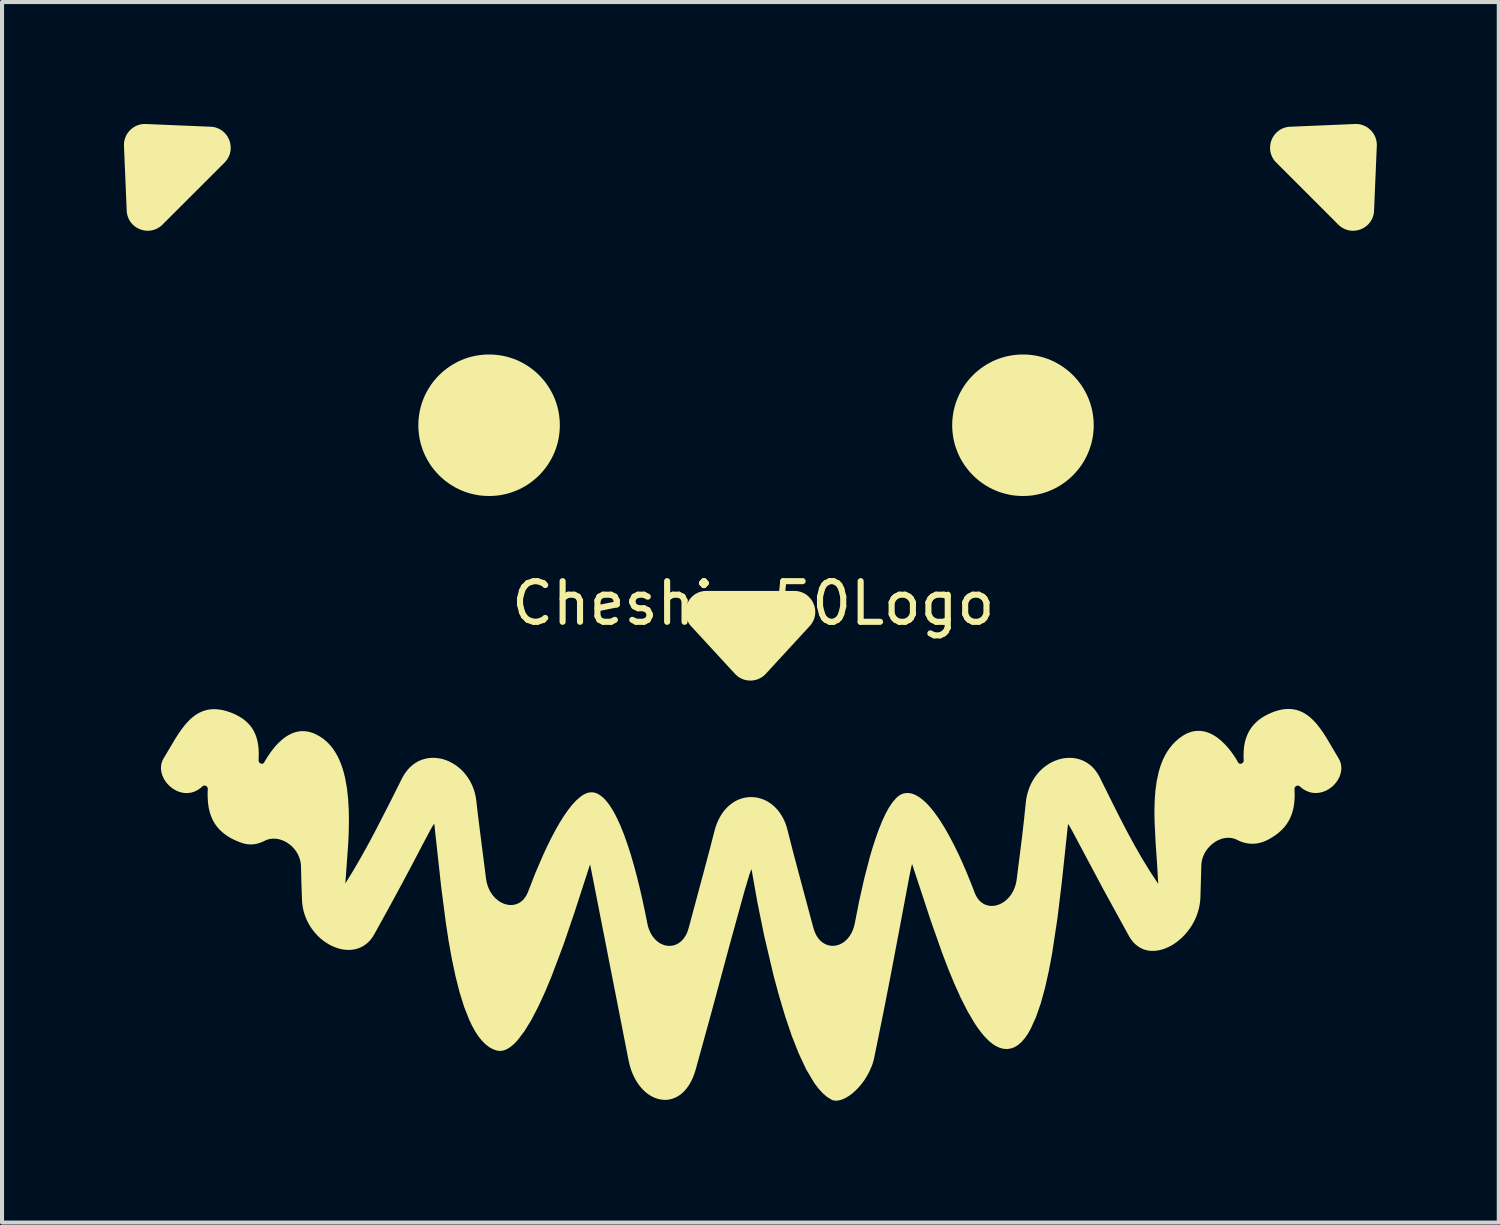
<source format=kicad_pcb>
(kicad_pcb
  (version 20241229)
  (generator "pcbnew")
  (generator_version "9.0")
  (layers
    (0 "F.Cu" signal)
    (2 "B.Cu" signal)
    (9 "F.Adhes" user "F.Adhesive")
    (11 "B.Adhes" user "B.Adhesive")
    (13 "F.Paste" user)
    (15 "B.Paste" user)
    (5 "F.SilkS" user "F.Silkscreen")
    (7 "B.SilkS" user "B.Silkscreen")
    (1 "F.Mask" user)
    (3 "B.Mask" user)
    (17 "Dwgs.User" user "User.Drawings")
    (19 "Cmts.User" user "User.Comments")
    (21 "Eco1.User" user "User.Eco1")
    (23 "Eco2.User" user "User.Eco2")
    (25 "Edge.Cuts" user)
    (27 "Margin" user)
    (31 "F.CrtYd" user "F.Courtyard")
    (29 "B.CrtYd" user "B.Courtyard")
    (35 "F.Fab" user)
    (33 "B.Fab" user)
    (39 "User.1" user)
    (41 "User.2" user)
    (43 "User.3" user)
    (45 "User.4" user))
  (footprint "Cheshire50Logo"
    (layer "F.Cu")
    (at 15.483 12.294)
    (property "Reference" "Cheshire50Logo" (at 0 -0.5 0) (unlocked yes) (layer "F.SilkS") (effects (font (size 1 1) (thickness 0.15))))
    (fp_poly (pts (xy 1.049 -0.803) (xy 1.089 -0.799) (xy 1.128 -0.791) (xy 1.166 -0.781) (xy 1.201 -0.769) (xy 1.236 -0.753) (xy 1.269 -0.736) (xy 1.3 -0.716) (xy 1.329 -0.694) (xy 1.357 -0.671) (xy 1.382 -0.645) (xy 1.406 -0.618) (xy 1.428 -0.59) (xy 1.448 -0.56) (xy 1.466 -0.529) (xy 1.481 -0.496) (xy 1.494 -0.463) (xy 1.506 -0.429) (xy 1.514 -0.394) (xy 1.521 -0.359) (xy 1.525 -0.323) (xy 1.526 -0.287) (xy 1.525 -0.25) (xy 1.521 -0.214) (xy 1.514 -0.178) (xy 1.505 -0.142) (xy 1.493 -0.106) (xy 1.478 -0.071) (xy 1.46 -0.037) (xy 1.439 -0.003) (xy 1.416 0.03) (xy 1.388 0.061) (xy 0.309 1.234) (xy 0.289 1.254) (xy 0.269 1.273) (xy 0.248 1.291) (xy 0.226 1.307) (xy 0.203 1.322) (xy 0.18 1.336) (xy 0.157 1.348) (xy 0.133 1.359) (xy 0.108 1.369) (xy 0.083 1.377) (xy 0.058 1.385) (xy 0.032 1.39) (xy 0.007 1.395) (xy -0.019 1.398) (xy -0.045 1.4) (xy -0.071 1.401) (xy -0.097 1.4) (xy -0.123 1.398) (xy -0.149 1.395) (xy -0.175 1.39) (xy -0.2 1.385) (xy -0.225 1.377) (xy -0.25 1.369) (xy -0.275 1.359) (xy -0.299 1.348) (xy -0.323 1.336) (xy -0.346 1.322) (xy -0.368 1.307) (xy -0.39 1.291) (xy -0.411 1.273) (xy -0.432 1.254) (xy -0.451 1.234) (xy -1.531 0.061) (xy -1.558 0.03) (xy -1.581 -0.003) (xy -1.602 -0.037) (xy -1.62 -0.071) (xy -1.635 -0.106) (xy -1.647 -0.142) (xy -1.656 -0.178) (xy -1.662 -0.214) (xy -1.666 -0.25) (xy -1.667 -0.287) (xy -1.666 -0.323) (xy -1.662 -0.359) (xy -1.656 -0.394) (xy -1.647 -0.429) (xy -1.636 -0.463) (xy -1.623 -0.496) (xy -1.607 -0.529) (xy -1.589 -0.56) (xy -1.57 -0.59) (xy -1.548 -0.618) (xy -1.524 -0.645) (xy -1.498 -0.671) (xy -1.471 -0.694) (xy -1.442 -0.716) (xy -1.411 -0.736) (xy -1.378 -0.753) (xy -1.344 -0.769) (xy -1.308 -0.781) (xy -1.27 -0.791) (xy -1.231 -0.799) (xy -1.191 -0.803) (xy -1.15 -0.805) (xy 1.007 -0.805)) (stroke (width 0) (type solid)) (fill yes) (layer "F.SilkS"))
    (fp_poly (pts (xy -14.945 -12.293) (xy -13.352 -12.226) (xy -13.311 -12.223) (xy -13.271 -12.217) (xy -13.232 -12.208) (xy -13.195 -12.196) (xy -13.16 -12.182) (xy -13.126 -12.165) (xy -13.094 -12.146) (xy -13.064 -12.125) (xy -13.036 -12.102) (xy -13.009 -12.077) (xy -12.985 -12.051) (xy -12.962 -12.022) (xy -12.941 -11.993) (xy -12.923 -11.962) (xy -12.907 -11.93) (xy -12.892 -11.897) (xy -12.881 -11.863) (xy -12.871 -11.829) (xy -12.864 -11.793) (xy -12.859 -11.758) (xy -12.857 -11.722) (xy -12.857 -11.686) (xy -12.859 -11.649) (xy -12.865 -11.613) (xy -12.873 -11.578) (xy -12.883 -11.542) (xy -12.897 -11.507) (xy -12.913 -11.473) (xy -12.933 -11.439) (xy -12.955 -11.406) (xy -12.98 -11.375) (xy -13.008 -11.344) (xy -13.77 -10.582) (xy -13.772 -10.581) (xy -14.534 -9.819) (xy -14.564 -9.79) (xy -14.596 -9.765) (xy -14.629 -9.743) (xy -14.663 -9.724) (xy -14.697 -9.707) (xy -14.732 -9.694) (xy -14.768 -9.683) (xy -14.804 -9.675) (xy -14.84 -9.67) (xy -14.876 -9.667) (xy -14.912 -9.667) (xy -14.948 -9.669) (xy -14.984 -9.674) (xy -15.019 -9.681) (xy -15.053 -9.691) (xy -15.087 -9.703) (xy -15.12 -9.717) (xy -15.152 -9.733) (xy -15.183 -9.752) (xy -15.212 -9.772) (xy -15.24 -9.795) (xy -15.267 -9.819) (xy -15.292 -9.846) (xy -15.315 -9.874) (xy -15.336 -9.905) (xy -15.355 -9.937) (xy -15.371 -9.97) (xy -15.385 -10.006) (xy -15.397 -10.043) (xy -15.406 -10.081) (xy -15.413 -10.121) (xy -15.416 -10.163) (xy -15.483 -11.755) (xy -15.483 -11.783) (xy -15.482 -11.811) (xy -15.48 -11.839) (xy -15.476 -11.866) (xy -15.47 -11.892) (xy -15.464 -11.918) (xy -15.456 -11.944) (xy -15.446 -11.968) (xy -15.436 -11.993) (xy -15.424 -12.016) (xy -15.412 -12.039) (xy -15.398 -12.061) (xy -15.383 -12.083) (xy -15.367 -12.103) (xy -15.35 -12.123) (xy -15.332 -12.142) (xy -15.313 -12.16) (xy -15.293 -12.177) (xy -15.272 -12.193) (xy -15.251 -12.208) (xy -15.229 -12.222) (xy -15.206 -12.235) (xy -15.182 -12.246) (xy -15.158 -12.257) (xy -15.133 -12.266) (xy -15.108 -12.274) (xy -15.082 -12.281) (xy -15.055 -12.286) (xy -15.028 -12.29) (xy -15.001 -12.293) (xy -14.973 -12.294)) (stroke (width 0) (type solid)) (fill yes) (layer "F.SilkS"))
    (fp_poly (pts (xy 14.86 -12.293) (xy 14.888 -12.29) (xy 14.915 -12.286) (xy 14.941 -12.281) (xy 14.967 -12.274) (xy 14.993 -12.266) (xy 15.017 -12.257) (xy 15.042 -12.246) (xy 15.065 -12.235) (xy 15.088 -12.222) (xy 15.11 -12.208) (xy 15.132 -12.193) (xy 15.152 -12.177) (xy 15.172 -12.16) (xy 15.191 -12.142) (xy 15.209 -12.123) (xy 15.226 -12.103) (xy 15.242 -12.083) (xy 15.257 -12.061) (xy 15.271 -12.039) (xy 15.284 -12.016) (xy 15.295 -11.993) (xy 15.306 -11.968) (xy 15.315 -11.944) (xy 15.323 -11.918) (xy 15.33 -11.892) (xy 15.335 -11.866) (xy 15.339 -11.839) (xy 15.342 -11.811) (xy 15.343 -11.783) (xy 15.342 -11.755) (xy 15.275 -10.163) (xy 15.272 -10.121) (xy 15.266 -10.081) (xy 15.257 -10.043) (xy 15.245 -10.006) (xy 15.231 -9.97) (xy 15.214 -9.937) (xy 15.195 -9.905) (xy 15.174 -9.874) (xy 15.151 -9.846) (xy 15.127 -9.819) (xy 15.1 -9.795) (xy 15.072 -9.772) (xy 15.042 -9.752) (xy 15.012 -9.733) (xy 14.98 -9.717) (xy 14.947 -9.703) (xy 14.913 -9.691) (xy 14.878 -9.681) (xy 14.843 -9.674) (xy 14.808 -9.669) (xy 14.772 -9.667) (xy 14.736 -9.667) (xy 14.699 -9.67) (xy 14.663 -9.675) (xy 14.627 -9.683) (xy 14.592 -9.694) (xy 14.557 -9.707) (xy 14.522 -9.724) (xy 14.489 -9.743) (xy 14.456 -9.765) (xy 14.424 -9.79) (xy 14.393 -9.819) (xy 13.631 -10.581) (xy 13.63 -10.582) (xy 12.868 -11.344) (xy 12.839 -11.375) (xy 12.814 -11.406) (xy 12.792 -11.439) (xy 12.773 -11.473) (xy 12.757 -11.507) (xy 12.743 -11.542) (xy 12.732 -11.578) (xy 12.724 -11.613) (xy 12.719 -11.649) (xy 12.716 -11.686) (xy 12.716 -11.722) (xy 12.718 -11.758) (xy 12.723 -11.793) (xy 12.73 -11.829) (xy 12.74 -11.863) (xy 12.752 -11.897) (xy 12.766 -11.93) (xy 12.782 -11.962) (xy 12.801 -11.993) (xy 12.821 -12.022) (xy 12.844 -12.051) (xy 12.869 -12.077) (xy 12.895 -12.102) (xy 12.923 -12.125) (xy 12.954 -12.146) (xy 12.986 -12.165) (xy 13.019 -12.182) (xy 13.055 -12.196) (xy 13.092 -12.208) (xy 13.13 -12.217) (xy 13.17 -12.223) (xy 13.212 -12.226) (xy 14.804 -12.293) (xy 14.833 -12.294)) (stroke (width 0) (type solid)) (fill yes) (layer "F.SilkS"))
    (fp_poly (pts (xy -6.41 -6.62) (xy -6.322 -6.613) (xy -6.234 -6.602) (xy -6.149 -6.587) (xy -6.064 -6.568) (xy -5.982 -6.544) (xy -5.901 -6.517) (xy -5.822 -6.486) (xy -5.745 -6.451) (xy -5.67 -6.412) (xy -5.597 -6.37) (xy -5.526 -6.325) (xy -5.458 -6.276) (xy -5.392 -6.225) (xy -5.329 -6.17) (xy -5.268 -6.112) (xy -5.211 -6.052) (xy -5.156 -5.989) (xy -5.104 -5.923) (xy -5.056 -5.855) (xy -5.011 -5.784) (xy -4.969 -5.711) (xy -4.93 -5.636) (xy -4.895 -5.559) (xy -4.864 -5.48) (xy -4.837 -5.399) (xy -4.813 -5.316) (xy -4.794 -5.232) (xy -4.779 -5.146) (xy -4.768 -5.059) (xy -4.761 -4.971) (xy -4.759 -4.881) (xy -4.761 -4.792) (xy -4.768 -4.703) (xy -4.779 -4.616) (xy -4.794 -4.53) (xy -4.813 -4.446) (xy -4.837 -4.364) (xy -4.864 -4.283) (xy -4.895 -4.204) (xy -4.93 -4.127) (xy -4.969 -4.051) (xy -5.011 -3.979) (xy -5.056 -3.908) (xy -5.104 -3.84) (xy -5.156 -3.774) (xy -5.211 -3.711) (xy -5.268 -3.65) (xy -5.329 -3.593) (xy -5.392 -3.538) (xy -5.458 -3.486) (xy -5.526 -3.438) (xy -5.597 -3.392) (xy -5.67 -3.35) (xy -5.745 -3.312) (xy -5.822 -3.277) (xy -5.901 -3.246) (xy -5.982 -3.219) (xy -6.064 -3.195) (xy -6.149 -3.176) (xy -6.234 -3.16) (xy -6.322 -3.149) (xy -6.41 -3.143) (xy -6.5 -3.14) (xy -6.589 -3.143) (xy -6.678 -3.149) (xy -6.765 -3.16) (xy -6.85 -3.176) (xy -6.935 -3.195) (xy -7.017 -3.219) (xy -7.098 -3.246) (xy -7.177 -3.277) (xy -7.254 -3.312) (xy -7.329 -3.35) (xy -7.402 -3.392) (xy -7.473 -3.438) (xy -7.541 -3.486) (xy -7.607 -3.538) (xy -7.67 -3.593) (xy -7.731 -3.65) (xy -7.788 -3.711) (xy -7.843 -3.774) (xy -7.895 -3.84) (xy -7.943 -3.908) (xy -7.988 -3.979) (xy -8.03 -4.051) (xy -8.069 -4.127) (xy -8.104 -4.204) (xy -8.135 -4.283) (xy -8.162 -4.364) (xy -8.186 -4.446) (xy -8.205 -4.53) (xy -8.22 -4.616) (xy -8.231 -4.703) (xy -8.238 -4.792) (xy -8.24 -4.881) (xy -8.238 -4.971) (xy -8.231 -5.059) (xy -8.22 -5.146) (xy -8.205 -5.232) (xy -8.186 -5.316) (xy -8.162 -5.399) (xy -8.135 -5.48) (xy -8.104 -5.559) (xy -8.069 -5.636) (xy -8.03 -5.711) (xy -7.988 -5.784) (xy -7.943 -5.855) (xy -7.895 -5.923) (xy -7.843 -5.989) (xy -7.788 -6.052) (xy -7.731 -6.112) (xy -7.67 -6.17) (xy -7.607 -6.225) (xy -7.541 -6.276) (xy -7.473 -6.325) (xy -7.402 -6.37) (xy -7.329 -6.412) (xy -7.254 -6.451) (xy -7.177 -6.486) (xy -7.098 -6.517) (xy -7.017 -6.544) (xy -6.935 -6.568) (xy -6.85 -6.587) (xy -6.765 -6.602) (xy -6.678 -6.613) (xy -6.589 -6.62) (xy -6.5 -6.622)) (stroke (width 0) (type solid)) (fill yes) (layer "F.SilkS"))
    (fp_poly (pts (xy 6.726 -6.62) (xy 6.814 -6.613) (xy 6.901 -6.602) (xy 6.987 -6.587) (xy 7.071 -6.568) (xy 7.154 -6.544) (xy 7.235 -6.517) (xy 7.314 -6.486) (xy 7.391 -6.451) (xy 7.466 -6.412) (xy 7.539 -6.37) (xy 7.609 -6.325) (xy 7.678 -6.276) (xy 7.743 -6.225) (xy 7.807 -6.17) (xy 7.867 -6.112) (xy 7.925 -6.052) (xy 7.979 -5.989) (xy 8.031 -5.923) (xy 8.08 -5.855) (xy 8.125 -5.784) (xy 8.167 -5.711) (xy 8.205 -5.636) (xy 8.24 -5.559) (xy 8.271 -5.48) (xy 8.299 -5.399) (xy 8.322 -5.316) (xy 8.342 -5.232) (xy 8.357 -5.146) (xy 8.368 -5.059) (xy 8.375 -4.971) (xy 8.377 -4.881) (xy 8.375 -4.792) (xy 8.368 -4.703) (xy 8.357 -4.616) (xy 8.342 -4.53) (xy 8.322 -4.446) (xy 8.299 -4.364) (xy 8.271 -4.283) (xy 8.24 -4.204) (xy 8.205 -4.127) (xy 8.167 -4.051) (xy 8.125 -3.979) (xy 8.08 -3.908) (xy 8.031 -3.84) (xy 7.979 -3.774) (xy 7.925 -3.711) (xy 7.867 -3.65) (xy 7.807 -3.593) (xy 7.743 -3.538) (xy 7.678 -3.486) (xy 7.609 -3.438) (xy 7.539 -3.392) (xy 7.466 -3.35) (xy 7.391 -3.312) (xy 7.314 -3.277) (xy 7.235 -3.246) (xy 7.154 -3.219) (xy 7.071 -3.195) (xy 6.987 -3.176) (xy 6.901 -3.16) (xy 6.814 -3.149) (xy 6.726 -3.143) (xy 6.636 -3.14) (xy 6.546 -3.143) (xy 6.458 -3.149) (xy 6.371 -3.16) (xy 6.285 -3.176) (xy 6.201 -3.195) (xy 6.118 -3.219) (xy 6.037 -3.246) (xy 5.958 -3.277) (xy 5.881 -3.312) (xy 5.806 -3.35) (xy 5.733 -3.392) (xy 5.663 -3.438) (xy 5.594 -3.486) (xy 5.529 -3.538) (xy 5.465 -3.593) (xy 5.405 -3.65) (xy 5.347 -3.711) (xy 5.293 -3.774) (xy 5.241 -3.84) (xy 5.192 -3.908) (xy 5.147 -3.979) (xy 5.105 -4.051) (xy 5.067 -4.127) (xy 5.032 -4.204) (xy 5.001 -4.283) (xy 4.973 -4.364) (xy 4.95 -4.446) (xy 4.93 -4.53) (xy 4.915 -4.616) (xy 4.904 -4.703) (xy 4.897 -4.792) (xy 4.895 -4.881) (xy 4.897 -4.971) (xy 4.904 -5.059) (xy 4.915 -5.146) (xy 4.93 -5.232) (xy 4.95 -5.316) (xy 4.973 -5.399) (xy 5.001 -5.48) (xy 5.032 -5.559) (xy 5.067 -5.636) (xy 5.105 -5.711) (xy 5.147 -5.784) (xy 5.192 -5.855) (xy 5.241 -5.923) (xy 5.293 -5.989) (xy 5.347 -6.052) (xy 5.405 -6.112) (xy 5.465 -6.17) (xy 5.529 -6.225) (xy 5.594 -6.276) (xy 5.663 -6.325) (xy 5.733 -6.37) (xy 5.806 -6.412) (xy 5.881 -6.451) (xy 5.958 -6.486) (xy 6.037 -6.517) (xy 6.118 -6.544) (xy 6.201 -6.568) (xy 6.285 -6.587) (xy 6.371 -6.602) (xy 6.458 -6.613) (xy 6.546 -6.62) (xy 6.636 -6.622)) (stroke (width 0) (type solid)) (fill yes) (layer "F.SilkS"))
    (fp_poly (pts (xy 13.233 2.101) (xy 13.301 2.11) (xy 13.366 2.124) (xy 13.428 2.144) (xy 13.488 2.168) (xy 13.546 2.197) (xy 13.602 2.231) (xy 13.655 2.269) (xy 13.707 2.31) (xy 13.756 2.356) (xy 13.804 2.404) (xy 13.851 2.455) (xy 13.939 2.565) (xy 14.023 2.683) (xy 14.102 2.807) (xy 14.399 3.309) (xy 14.424 3.355) (xy 14.444 3.403) (xy 14.458 3.451) (xy 14.466 3.5) (xy 14.469 3.548) (xy 14.468 3.597) (xy 14.461 3.645) (xy 14.45 3.693) (xy 14.435 3.739) (xy 14.416 3.785) (xy 14.393 3.829) (xy 14.366 3.872) (xy 14.336 3.913) (xy 14.303 3.952) (xy 14.268 3.988) (xy 14.229 4.022) (xy 14.188 4.052) (xy 14.145 4.08) (xy 14.1 4.105) (xy 14.053 4.125) (xy 14.005 4.142) (xy 13.956 4.155) (xy 13.905 4.163) (xy 13.854 4.167) (xy 13.802 4.166) (xy 13.75 4.16) (xy 13.698 4.149) (xy 13.646 4.131) (xy 13.595 4.108) (xy 13.544 4.079) (xy 13.494 4.044) (xy 13.444 4.002) (xy 13.44 3.998) (xy 13.435 3.995) (xy 13.431 3.992) (xy 13.426 3.99) (xy 13.421 3.988) (xy 13.415 3.987) (xy 13.41 3.986) (xy 13.405 3.985) (xy 13.399 3.985) (xy 13.394 3.985) (xy 13.389 3.986) (xy 13.383 3.987) (xy 13.378 3.988) (xy 13.373 3.99) (xy 13.367 3.992) (xy 13.362 3.994) (xy 13.358 3.997) (xy 13.353 4) (xy 13.348 4.003) (xy 13.344 4.007) (xy 13.34 4.011) (xy 13.336 4.015) (xy 13.333 4.019) (xy 13.329 4.024) (xy 13.326 4.029) (xy 13.324 4.034) (xy 13.322 4.039) (xy 13.32 4.045) (xy 13.319 4.051) (xy 13.318 4.057) (xy 13.317 4.063) (xy 13.317 4.069) (xy 13.321 4.162) (xy 13.321 4.254) (xy 13.317 4.344) (xy 13.308 4.432) (xy 13.295 4.518) (xy 13.276 4.601) (xy 13.251 4.682) (xy 13.22 4.761) (xy 13.183 4.838) (xy 13.161 4.875) (xy 13.138 4.912) (xy 13.113 4.948) (xy 13.086 4.983) (xy 13.056 5.018) (xy 13.025 5.052) (xy 12.992 5.086) (xy 12.956 5.118) (xy 12.919 5.15) (xy 12.879 5.182) (xy 12.836 5.212) (xy 12.792 5.242) (xy 12.744 5.272) (xy 12.695 5.3) (xy 12.64 5.329) (xy 12.586 5.353) (xy 12.532 5.373) (xy 12.479 5.389) (xy 12.427 5.401) (xy 12.376 5.41) (xy 12.325 5.415) (xy 12.275 5.416) (xy 12.226 5.414) (xy 12.177 5.409) (xy 12.13 5.401) (xy 12.083 5.39) (xy 12.036 5.376) (xy 11.991 5.36) (xy 11.947 5.341) (xy 11.903 5.319) (xy 11.868 5.303) (xy 11.833 5.291) (xy 11.797 5.281) (xy 11.761 5.274) (xy 11.724 5.27) (xy 11.687 5.269) (xy 11.65 5.27) (xy 11.613 5.275) (xy 11.576 5.281) (xy 11.539 5.29) (xy 11.503 5.302) (xy 11.467 5.316) (xy 11.432 5.332) (xy 11.397 5.35) (xy 11.364 5.37) (xy 11.331 5.393) (xy 11.299 5.417) (xy 11.268 5.443) (xy 11.239 5.471) (xy 11.211 5.5) (xy 11.184 5.531) (xy 11.159 5.563) (xy 11.136 5.597) (xy 11.115 5.632) (xy 11.095 5.669) (xy 11.078 5.707) (xy 11.063 5.745) (xy 11.05 5.785) (xy 11.04 5.826) (xy 11.032 5.867) (xy 11.027 5.91) (xy 11.024 5.953) (xy 11.014 6.321) (xy 11.002 6.738) (xy 10.995 6.834) (xy 10.981 6.929) (xy 10.961 7.022) (xy 10.935 7.112) (xy 10.904 7.199) (xy 10.867 7.284) (xy 10.825 7.366) (xy 10.779 7.444) (xy 10.728 7.518) (xy 10.674 7.589) (xy 10.616 7.656) (xy 10.555 7.718) (xy 10.491 7.776) (xy 10.425 7.829) (xy 10.357 7.877) (xy 10.287 7.92) (xy 10.216 7.957) (xy 10.144 7.988) (xy 10.072 8.014) (xy 9.999 8.033) (xy 9.927 8.046) (xy 9.855 8.052) (xy 9.784 8.051) (xy 9.714 8.043) (xy 9.646 8.027) (xy 9.58 8.004) (xy 9.517 7.973) (xy 9.456 7.933) (xy 9.398 7.886) (xy 9.343 7.83) (xy 9.293 7.764) (xy 9.246 7.69) (xy 8.619 6.547) (xy 8.148 5.663) (xy 7.85 5.103) (xy 7.772 4.966) (xy 7.751 4.937) (xy 7.746 4.932) (xy 7.744 4.935) (xy 7.591 6.369) (xy 7.485 7.246) (xy 7.35 8.138) (xy 7.268 8.567) (xy 7.176 8.973) (xy 7.072 9.349) (xy 6.955 9.684) (xy 6.825 9.971) (xy 6.755 10.094) (xy 6.68 10.201) (xy 6.602 10.291) (xy 6.52 10.364) (xy 6.434 10.418) (xy 6.343 10.452) (xy 6.25 10.467) (xy 6.157 10.461) (xy 6.065 10.437) (xy 5.973 10.395) (xy 5.882 10.336) (xy 5.792 10.261) (xy 5.703 10.171) (xy 5.615 10.068) (xy 5.527 9.951) (xy 5.441 9.823) (xy 5.271 9.534) (xy 5.106 9.209) (xy 4.946 8.855) (xy 4.792 8.48) (xy 4.644 8.092) (xy 4.368 7.308) (xy 3.911 5.923) (xy 3.908 5.922) (xy 3.903 5.931) (xy 3.889 5.983) (xy 3.842 6.213) (xy 3.667 7.145) (xy 3.382 8.651) (xy 3.196 9.599) (xy 2.979 10.666) (xy 2.966 10.727) (xy 2.949 10.787) (xy 2.93 10.846) (xy 2.908 10.904) (xy 2.858 11.017) (xy 2.801 11.125) (xy 2.737 11.228) (xy 2.667 11.323) (xy 2.593 11.411) (xy 2.515 11.49) (xy 2.436 11.56) (xy 2.355 11.62) (xy 2.275 11.668) (xy 2.236 11.687) (xy 2.196 11.704) (xy 2.158 11.717) (xy 2.12 11.727) (xy 2.083 11.734) (xy 2.047 11.737) (xy 2.013 11.736) (xy 1.98 11.731) (xy 1.948 11.723) (xy 1.918 11.71) (xy 1.921 11.71) (xy 1.812 11.642) (xy 1.706 11.55) (xy 1.602 11.435) (xy 1.5 11.299) (xy 1.304 10.97) (xy 1.12 10.578) (xy 0.946 10.137) (xy 0.785 9.66) (xy 0.636 9.162) (xy 0.5 8.658) (xy 0.27 7.683) (xy 0.1 6.847) (xy -0.042 6.044) (xy -0.062 6.082) (xy -0.099 6.189) (xy -0.217 6.584) (xy -0.578 7.894) (xy -1.014 9.511) (xy -1.416 10.971) (xy -1.449 11.074) (xy -1.485 11.169) (xy -1.526 11.256) (xy -1.57 11.335) (xy -1.618 11.407) (xy -1.669 11.471) (xy -1.722 11.527) (xy -1.778 11.576) (xy -1.836 11.617) (xy -1.896 11.651) (xy -1.957 11.678) (xy -2.02 11.698) (xy -2.083 11.711) (xy -2.147 11.717) (xy -2.212 11.716) (xy -2.276 11.708) (xy -2.341 11.694) (xy -2.404 11.674) (xy -2.467 11.647) (xy -2.529 11.613) (xy -2.589 11.574) (xy -2.647 11.528) (xy -2.703 11.477) (xy -2.757 11.419) (xy -2.808 11.356) (xy -2.856 11.287) (xy -2.901 11.212) (xy -2.942 11.132) (xy -2.98 11.046) (xy -3.013 10.955) (xy -3.041 10.859) (xy -3.065 10.758) (xy -4.014 5.921) (xy -4.398 7.104) (xy -4.663 7.883) (xy -4.964 8.682) (xy -5.124 9.065) (xy -5.289 9.422) (xy -5.457 9.746) (xy -5.628 10.025) (xy -5.799 10.251) (xy -5.884 10.34) (xy -5.97 10.413) (xy -6.054 10.466) (xy -6.138 10.501) (xy -6.221 10.514) (xy -6.304 10.505) (xy -6.405 10.47) (xy -6.502 10.416) (xy -6.593 10.344) (xy -6.68 10.256) (xy -6.763 10.152) (xy -6.841 10.033) (xy -6.915 9.9) (xy -6.985 9.754) (xy -7.114 9.428) (xy -7.228 9.062) (xy -7.328 8.664) (xy -7.417 8.242) (xy -7.496 7.804) (xy -7.564 7.357) (xy -7.679 6.469) (xy -7.847 4.933) (xy -7.849 4.929) (xy -7.854 4.93) (xy -7.87 4.95) (xy -7.897 4.993) (xy -7.934 5.059) (xy -8.042 5.261) (xy -8.197 5.554) (xy -8.399 5.94) (xy -8.653 6.417) (xy -8.961 6.985) (xy -9.325 7.644) (xy -9.371 7.718) (xy -9.421 7.784) (xy -9.475 7.841) (xy -9.533 7.89) (xy -9.594 7.931) (xy -9.658 7.965) (xy -9.725 7.992) (xy -9.794 8.011) (xy -9.864 8.023) (xy -9.936 8.028) (xy -10.008 8.027) (xy -10.082 8.019) (xy -10.156 8.005) (xy -10.229 7.984) (xy -10.302 7.958) (xy -10.374 7.926) (xy -10.445 7.889) (xy -10.514 7.846) (xy -10.582 7.798) (xy -10.647 7.745) (xy -10.709 7.687) (xy -10.768 7.625) (xy -10.823 7.558) (xy -10.875 7.488) (xy -10.922 7.413) (xy -10.965 7.334) (xy -11.003 7.252) (xy -11.035 7.166) (xy -11.062 7.077) (xy -11.082 6.985) (xy -11.096 6.89) (xy -11.103 6.792) (xy -11.118 6.354) (xy -11.128 5.969) (xy -11.13 5.925) (xy -11.136 5.882) (xy -11.144 5.84) (xy -11.155 5.799) (xy -11.168 5.759) (xy -11.183 5.72) (xy -11.201 5.682) (xy -11.221 5.645) (xy -11.243 5.61) (xy -11.266 5.576) (xy -11.292 5.544) (xy -11.319 5.513) (xy -11.347 5.484) (xy -11.377 5.457) (xy -11.409 5.431) (xy -11.441 5.408) (xy -11.474 5.386) (xy -11.509 5.366) (xy -11.544 5.348) (xy -11.58 5.333) (xy -11.617 5.32) (xy -11.654 5.309) (xy -11.691 5.3) (xy -11.729 5.294) (xy -11.766 5.291) (xy -11.804 5.29) (xy -11.842 5.292) (xy -11.879 5.296) (xy -11.916 5.304) (xy -11.953 5.314) (xy -11.989 5.328) (xy -12.024 5.344) (xy -12.057 5.36) (xy -12.089 5.374) (xy -12.123 5.387) (xy -12.156 5.399) (xy -12.191 5.409) (xy -12.225 5.417) (xy -12.26 5.424) (xy -12.295 5.428) (xy -12.33 5.431) (xy -12.366 5.432) (xy -12.402 5.431) (xy -12.438 5.428) (xy -12.475 5.423) (xy -12.512 5.415) (xy -12.549 5.406) (xy -12.587 5.394) (xy -12.652 5.37) (xy -12.714 5.344) (xy -12.773 5.318) (xy -12.829 5.29) (xy -12.882 5.261) (xy -12.932 5.23) (xy -12.979 5.198) (xy -13.023 5.165) (xy -13.064 5.131) (xy -13.103 5.095) (xy -13.139 5.059) (xy -13.173 5.021) (xy -13.204 4.982) (xy -13.233 4.942) (xy -13.259 4.901) (xy -13.284 4.859) (xy -13.306 4.816) (xy -13.325 4.772) (xy -13.343 4.727) (xy -13.359 4.681) (xy -13.373 4.635) (xy -13.385 4.587) (xy -13.396 4.538) (xy -13.404 4.489) (xy -13.417 4.388) (xy -13.423 4.284) (xy -13.425 4.177) (xy -13.421 4.067) (xy -13.421 4.061) (xy -13.421 4.055) (xy -13.422 4.049) (xy -13.423 4.044) (xy -13.425 4.038) (xy -13.427 4.033) (xy -13.43 4.028) (xy -13.433 4.023) (xy -13.436 4.018) (xy -13.44 4.014) (xy -13.443 4.009) (xy -13.447 4.006) (xy -13.452 4.002) (xy -13.456 3.998) (xy -13.461 3.995) (xy -13.466 3.993) (xy -13.471 3.99) (xy -13.476 3.988) (xy -13.481 3.986) (xy -13.487 3.985) (xy -13.492 3.984) (xy -13.497 3.983) (xy -13.503 3.983) (xy -13.508 3.983) (xy -13.514 3.983) (xy -13.519 3.984) (xy -13.524 3.986) (xy -13.529 3.988) (xy -13.534 3.99) (xy -13.539 3.993) (xy -13.543 3.996) (xy -13.548 4) (xy -13.597 4.043) (xy -13.648 4.079) (xy -13.699 4.109) (xy -13.75 4.133) (xy -13.802 4.15) (xy -13.855 4.162) (xy -13.907 4.168) (xy -13.958 4.169) (xy -14.009 4.165) (xy -14.06 4.156) (xy -14.109 4.143) (xy -14.157 4.126) (xy -14.203 4.105) (xy -14.248 4.08) (xy -14.291 4.052) (xy -14.332 4.021) (xy -14.37 3.986) (xy -14.406 3.95) (xy -14.439 3.911) (xy -14.469 3.869) (xy -14.495 3.827) (xy -14.518 3.782) (xy -14.537 3.736) (xy -14.553 3.69) (xy -14.564 3.642) (xy -14.571 3.594) (xy -14.573 3.546) (xy -14.57 3.498) (xy -14.562 3.451) (xy -14.549 3.403) (xy -14.53 3.357) (xy -14.506 3.312) (xy -14.213 2.82) (xy -14.136 2.701) (xy -14.056 2.587) (xy -13.973 2.481) (xy -13.884 2.384) (xy -13.837 2.339) (xy -13.789 2.298) (xy -13.739 2.26) (xy -13.688 2.226) (xy -13.634 2.195) (xy -13.578 2.169) (xy -13.52 2.146) (xy -13.46 2.128) (xy -13.397 2.115) (xy -13.332 2.107) (xy -13.264 2.105) (xy -13.194 2.107) (xy -13.12 2.116) (xy -13.044 2.13) (xy -12.964 2.151) (xy -12.881 2.178) (xy -12.824 2.2) (xy -12.77 2.222) (xy -12.719 2.246) (xy -12.671 2.272) (xy -12.625 2.298) (xy -12.582 2.326) (xy -12.541 2.354) (xy -12.503 2.384) (xy -12.468 2.415) (xy -12.434 2.447) (xy -12.403 2.48) (xy -12.375 2.514) (xy -12.348 2.548) (xy -12.324 2.584) (xy -12.301 2.621) (xy -12.281 2.658) (xy -12.263 2.697) (xy -12.246 2.736) (xy -12.231 2.776) (xy -12.218 2.817) (xy -12.206 2.859) (xy -12.197 2.901) (xy -12.188 2.944) (xy -12.181 2.988) (xy -12.171 3.077) (xy -12.167 3.169) (xy -12.167 3.263) (xy -12.17 3.36) (xy -12.171 3.367) (xy -12.17 3.374) (xy -12.169 3.381) (xy -12.168 3.387) (xy -12.165 3.393) (xy -12.163 3.399) (xy -12.16 3.405) (xy -12.157 3.41) (xy -12.153 3.416) (xy -12.149 3.42) (xy -12.144 3.425) (xy -12.139 3.429) (xy -12.134 3.433) (xy -12.129 3.436) (xy -12.124 3.439) (xy -12.118 3.442) (xy -12.113 3.444) (xy -12.107 3.445) (xy -12.101 3.447) (xy -12.095 3.447) (xy -12.089 3.448) (xy -12.083 3.448) (xy -12.078 3.447) (xy -12.072 3.446) (xy -12.067 3.444) (xy -12.061 3.442) (xy -12.056 3.439) (xy -12.051 3.436) (xy -12.047 3.432) (xy -12.042 3.427) (xy -12.038 3.422) (xy -12.035 3.416) (xy -11.985 3.332) (xy -11.931 3.247) (xy -11.873 3.163) (xy -11.811 3.081) (xy -11.745 3.002) (xy -11.674 2.928) (xy -11.6 2.86) (xy -11.562 2.829) (xy -11.522 2.799) (xy -11.482 2.772) (xy -11.44 2.746) (xy -11.398 2.724) (xy -11.355 2.703) (xy -11.311 2.686) (xy -11.266 2.671) (xy -11.22 2.66) (xy -11.174 2.651) (xy -11.126 2.646) (xy -11.078 2.645) (xy -11.029 2.647) (xy -10.979 2.653) (xy -10.928 2.663) (xy -10.877 2.677) (xy -10.825 2.695) (xy -10.772 2.718) (xy -10.674 2.77) (xy -10.583 2.83) (xy -10.501 2.898) (xy -10.425 2.974) (xy -10.356 3.057) (xy -10.294 3.147) (xy -10.237 3.243) (xy -10.187 3.345) (xy -10.143 3.452) (xy -10.104 3.564) (xy -10.07 3.681) (xy -10.041 3.801) (xy -9.996 4.053) (xy -9.967 4.315) (xy -9.952 4.585) (xy -9.948 4.859) (xy -9.953 5.134) (xy -9.965 5.406) (xy -10.036 6.392) (xy -9.843 6.079) (xy -9.659 5.763) (xy -9.481 5.443) (xy -9.308 5.119) (xy -8.973 4.467) (xy -8.644 3.811) (xy -8.598 3.728) (xy -8.547 3.652) (xy -8.493 3.584) (xy -8.434 3.523) (xy -8.373 3.471) (xy -8.309 3.425) (xy -8.242 3.387) (xy -8.173 3.356) (xy -8.103 3.333) (xy -8.03 3.315) (xy -7.957 3.305) (xy -7.883 3.301) (xy -7.809 3.304) (xy -7.735 3.313) (xy -7.661 3.328) (xy -7.588 3.349) (xy -7.516 3.376) (xy -7.446 3.409) (xy -7.377 3.447) (xy -7.31 3.491) (xy -7.246 3.54) (xy -7.185 3.594) (xy -7.127 3.653) (xy -7.073 3.718) (xy -7.022 3.786) (xy -6.976 3.86) (xy -6.935 3.938) (xy -6.898 4.02) (xy -6.867 4.107) (xy -6.842 4.197) (xy -6.823 4.292) (xy -6.81 4.39) (xy -6.78 4.654) (xy -6.726 5.09) (xy -6.574 6.277) (xy -6.564 6.338) (xy -6.55 6.396) (xy -6.533 6.452) (xy -6.513 6.505) (xy -6.49 6.555) (xy -6.465 6.602) (xy -6.436 6.647) (xy -6.406 6.688) (xy -6.373 6.726) (xy -6.339 6.761) (xy -6.303 6.793) (xy -6.265 6.822) (xy -6.226 6.847) (xy -6.187 6.868) (xy -6.146 6.887) (xy -6.105 6.901) (xy -6.063 6.912) (xy -6.022 6.919) (xy -5.98 6.923) (xy -5.938 6.923) (xy -5.897 6.918) (xy -5.857 6.91) (xy -5.818 6.898) (xy -5.779 6.881) (xy -5.742 6.86) (xy -5.707 6.835) (xy -5.673 6.806) (xy -5.641 6.772) (xy -5.612 6.734) (xy -5.585 6.691) (xy -5.56 6.643) (xy -5.538 6.591) (xy -5.361 6.137) (xy -5.17 5.693) (xy -5.071 5.48) (xy -4.97 5.275) (xy -4.867 5.081) (xy -4.764 4.9) (xy -4.66 4.734) (xy -4.555 4.584) (xy -4.452 4.453) (xy -4.349 4.343) (xy -4.247 4.256) (xy -4.197 4.221) (xy -4.148 4.193) (xy -4.099 4.172) (xy -4.051 4.157) (xy -4.003 4.15) (xy -3.956 4.15) (xy -3.902 4.159) (xy -3.848 4.177) (xy -3.796 4.204) (xy -3.744 4.24) (xy -3.692 4.283) (xy -3.641 4.334) (xy -3.591 4.393) (xy -3.542 4.459) (xy -3.493 4.532) (xy -3.445 4.611) (xy -3.398 4.696) (xy -3.352 4.787) (xy -3.261 4.986) (xy -3.174 5.205) (xy -3.091 5.441) (xy -3.01 5.692) (xy -2.934 5.955) (xy -2.861 6.228) (xy -2.792 6.508) (xy -2.727 6.793) (xy -2.665 7.08) (xy -2.608 7.367) (xy -2.595 7.429) (xy -2.577 7.488) (xy -2.557 7.543) (xy -2.534 7.594) (xy -2.509 7.642) (xy -2.481 7.686) (xy -2.451 7.727) (xy -2.418 7.764) (xy -2.384 7.797) (xy -2.349 7.827) (xy -2.312 7.853) (xy -2.274 7.875) (xy -2.235 7.893) (xy -2.195 7.908) (xy -2.155 7.919) (xy -2.115 7.926) (xy -2.074 7.929) (xy -2.033 7.928) (xy -1.993 7.923) (xy -1.953 7.914) (xy -1.914 7.901) (xy -1.876 7.884) (xy -1.839 7.864) (xy -1.803 7.839) (xy -1.769 7.81) (xy -1.736 7.776) (xy -1.705 7.739) (xy -1.677 7.698) (xy -1.651 7.652) (xy -1.627 7.602) (xy -1.607 7.548) (xy -1.589 7.489) (xy -1.232 6.16) (xy -1.078 5.583) (xy -0.959 5.12) (xy -0.93 5.015) (xy -0.895 4.917) (xy -0.855 4.826) (xy -0.81 4.742) (xy -0.762 4.665) (xy -0.709 4.595) (xy -0.653 4.532) (xy -0.593 4.475) (xy -0.531 4.426) (xy -0.467 4.383) (xy -0.4 4.347) (xy -0.332 4.318) (xy -0.262 4.295) (xy -0.191 4.279) (xy -0.119 4.27) (xy -0.048 4.267) (xy 0.024 4.271) (xy 0.095 4.281) (xy 0.166 4.298) (xy 0.235 4.321) (xy 0.303 4.35) (xy 0.369 4.386) (xy 0.432 4.428) (xy 0.493 4.476) (xy 0.551 4.531) (xy 0.606 4.592) (xy 0.657 4.659) (xy 0.704 4.732) (xy 0.747 4.811) (xy 0.785 4.896) (xy 0.818 4.988) (xy 0.845 5.085) (xy 0.975 5.597) (xy 1.132 6.189) (xy 1.48 7.487) (xy 1.498 7.546) (xy 1.519 7.6) (xy 1.542 7.65) (xy 1.568 7.696) (xy 1.597 7.737) (xy 1.628 7.775) (xy 1.66 7.808) (xy 1.695 7.837) (xy 1.73 7.862) (xy 1.768 7.883) (xy 1.806 7.9) (xy 1.845 7.912) (xy 1.885 7.921) (xy 1.926 7.926) (xy 1.966 7.927) (xy 2.007 7.924) (xy 2.048 7.917) (xy 2.088 7.906) (xy 2.128 7.892) (xy 2.167 7.873) (xy 2.205 7.851) (xy 2.242 7.825) (xy 2.277 7.795) (xy 2.311 7.762) (xy 2.343 7.725) (xy 2.373 7.684) (xy 2.401 7.64) (xy 2.427 7.592) (xy 2.449 7.541) (xy 2.469 7.486) (xy 2.486 7.428) (xy 2.5 7.366) (xy 2.609 6.812) (xy 2.732 6.267) (xy 2.867 5.747) (xy 2.939 5.503) (xy 3.014 5.273) (xy 3.091 5.058) (xy 3.171 4.86) (xy 3.253 4.683) (xy 3.337 4.529) (xy 3.424 4.399) (xy 3.512 4.296) (xy 3.557 4.255) (xy 3.602 4.222) (xy 3.648 4.197) (xy 3.694 4.18) (xy 3.749 4.169) (xy 3.804 4.167) (xy 3.86 4.172) (xy 3.916 4.186) (xy 3.973 4.208) (xy 4.03 4.236) (xy 4.088 4.272) (xy 4.146 4.315) (xy 4.204 4.364) (xy 4.262 4.419) (xy 4.32 4.48) (xy 4.378 4.546) (xy 4.436 4.618) (xy 4.494 4.696) (xy 4.552 4.777) (xy 4.61 4.864) (xy 4.724 5.049) (xy 4.836 5.248) (xy 4.946 5.459) (xy 5.054 5.68) (xy 5.158 5.909) (xy 5.259 6.143) (xy 5.355 6.38) (xy 5.447 6.618) (xy 5.469 6.67) (xy 5.494 6.717) (xy 5.521 6.759) (xy 5.55 6.797) (xy 5.582 6.831) (xy 5.616 6.86) (xy 5.651 6.884) (xy 5.688 6.905) (xy 5.726 6.921) (xy 5.766 6.933) (xy 5.806 6.941) (xy 5.847 6.945) (xy 5.888 6.945) (xy 5.93 6.941) (xy 5.971 6.934) (xy 6.013 6.922) (xy 6.054 6.908) (xy 6.095 6.889) (xy 6.134 6.867) (xy 6.173 6.842) (xy 6.21 6.813) (xy 6.246 6.781) (xy 6.281 6.746) (xy 6.313 6.708) (xy 6.344 6.667) (xy 6.372 6.622) (xy 6.397 6.575) (xy 6.42 6.525) (xy 6.44 6.473) (xy 6.457 6.417) (xy 6.471 6.359) (xy 6.481 6.298) (xy 6.61 5.276) (xy 6.663 4.819) (xy 6.703 4.423) (xy 6.716 4.319) (xy 6.736 4.218) (xy 6.763 4.123) (xy 6.794 4.032) (xy 6.832 3.946) (xy 6.874 3.866) (xy 6.921 3.79) (xy 6.972 3.719) (xy 7.027 3.654) (xy 7.086 3.594) (xy 7.148 3.539) (xy 7.213 3.49) (xy 7.28 3.446) (xy 7.349 3.408) (xy 7.42 3.376) (xy 7.492 3.349) (xy 7.565 3.328) (xy 7.638 3.313) (xy 7.712 3.305) (xy 7.786 3.302) (xy 7.859 3.305) (xy 7.931 3.315) (xy 8.002 3.331) (xy 8.071 3.353) (xy 8.138 3.382) (xy 8.203 3.418) (xy 8.265 3.46) (xy 8.324 3.508) (xy 8.379 3.564) (xy 8.43 3.627) (xy 8.477 3.696) (xy 8.52 3.772) (xy 8.855 4.446) (xy 9.024 4.782) (xy 9.197 5.115) (xy 9.376 5.445) (xy 9.562 5.77) (xy 9.758 6.09) (xy 9.964 6.402) (xy 9.936 5.913) (xy 9.9 5.396) (xy 9.874 4.87) (xy 9.87 4.61) (xy 9.877 4.355) (xy 9.895 4.106) (xy 9.928 3.867) (xy 9.978 3.64) (xy 10.01 3.532) (xy 10.047 3.427) (xy 10.09 3.326) (xy 10.138 3.23) (xy 10.192 3.139) (xy 10.253 3.052) (xy 10.32 2.971) (xy 10.394 2.895) (xy 10.475 2.825) (xy 10.564 2.762) (xy 10.618 2.729) (xy 10.671 2.702) (xy 10.724 2.68) (xy 10.776 2.663) (xy 10.828 2.65) (xy 10.88 2.642) (xy 10.931 2.638) (xy 10.981 2.638) (xy 11.031 2.642) (xy 11.08 2.65) (xy 11.129 2.661) (xy 11.176 2.676) (xy 11.224 2.694) (xy 11.27 2.715) (xy 11.315 2.739) (xy 11.36 2.766) (xy 11.404 2.795) (xy 11.447 2.827) (xy 11.53 2.897) (xy 11.608 2.973) (xy 11.683 3.056) (xy 11.753 3.143) (xy 11.817 3.233) (xy 11.877 3.324) (xy 11.931 3.416) (xy 11.935 3.422) (xy 11.939 3.427) (xy 11.943 3.432) (xy 11.948 3.436) (xy 11.953 3.439) (xy 11.958 3.442) (xy 11.963 3.444) (xy 11.969 3.446) (xy 11.974 3.447) (xy 11.98 3.448) (xy 11.986 3.448) (xy 11.992 3.448) (xy 11.998 3.447) (xy 12.003 3.446) (xy 12.009 3.444) (xy 12.015 3.442) (xy 12.02 3.44) (xy 12.026 3.437) (xy 12.031 3.434) (xy 12.036 3.43) (xy 12.041 3.426) (xy 12.045 3.422) (xy 12.049 3.417) (xy 12.053 3.412) (xy 12.057 3.407) (xy 12.059 3.401) (xy 12.062 3.395) (xy 12.064 3.389) (xy 12.066 3.382) (xy 12.067 3.376) (xy 12.067 3.369) (xy 12.067 3.361) (xy 12.064 3.284) (xy 12.064 3.205) (xy 12.067 3.127) (xy 12.074 3.048) (xy 12.086 2.969) (xy 12.103 2.891) (xy 12.126 2.814) (xy 12.155 2.738) (xy 12.172 2.701) (xy 12.19 2.664) (xy 12.211 2.628) (xy 12.233 2.592) (xy 12.257 2.557) (xy 12.284 2.523) (xy 12.312 2.489) (xy 12.343 2.456) (xy 12.376 2.424) (xy 12.411 2.393) (xy 12.448 2.362) (xy 12.488 2.333) (xy 12.531 2.304) (xy 12.576 2.277) (xy 12.623 2.251) (xy 12.674 2.226) (xy 12.763 2.186) (xy 12.85 2.154) (xy 12.933 2.13) (xy 13.012 2.113) (xy 13.089 2.103) (xy 13.162 2.099)) (stroke (width 0) (type solid)) (fill yes) (layer "F.SilkS")))
  (gr_rect
    (start -3 -3)
    (end 33.826 27.03)
    (stroke (width 0.1) (type default))
    (fill no)
    (layer "Edge.Cuts")))
</source>
